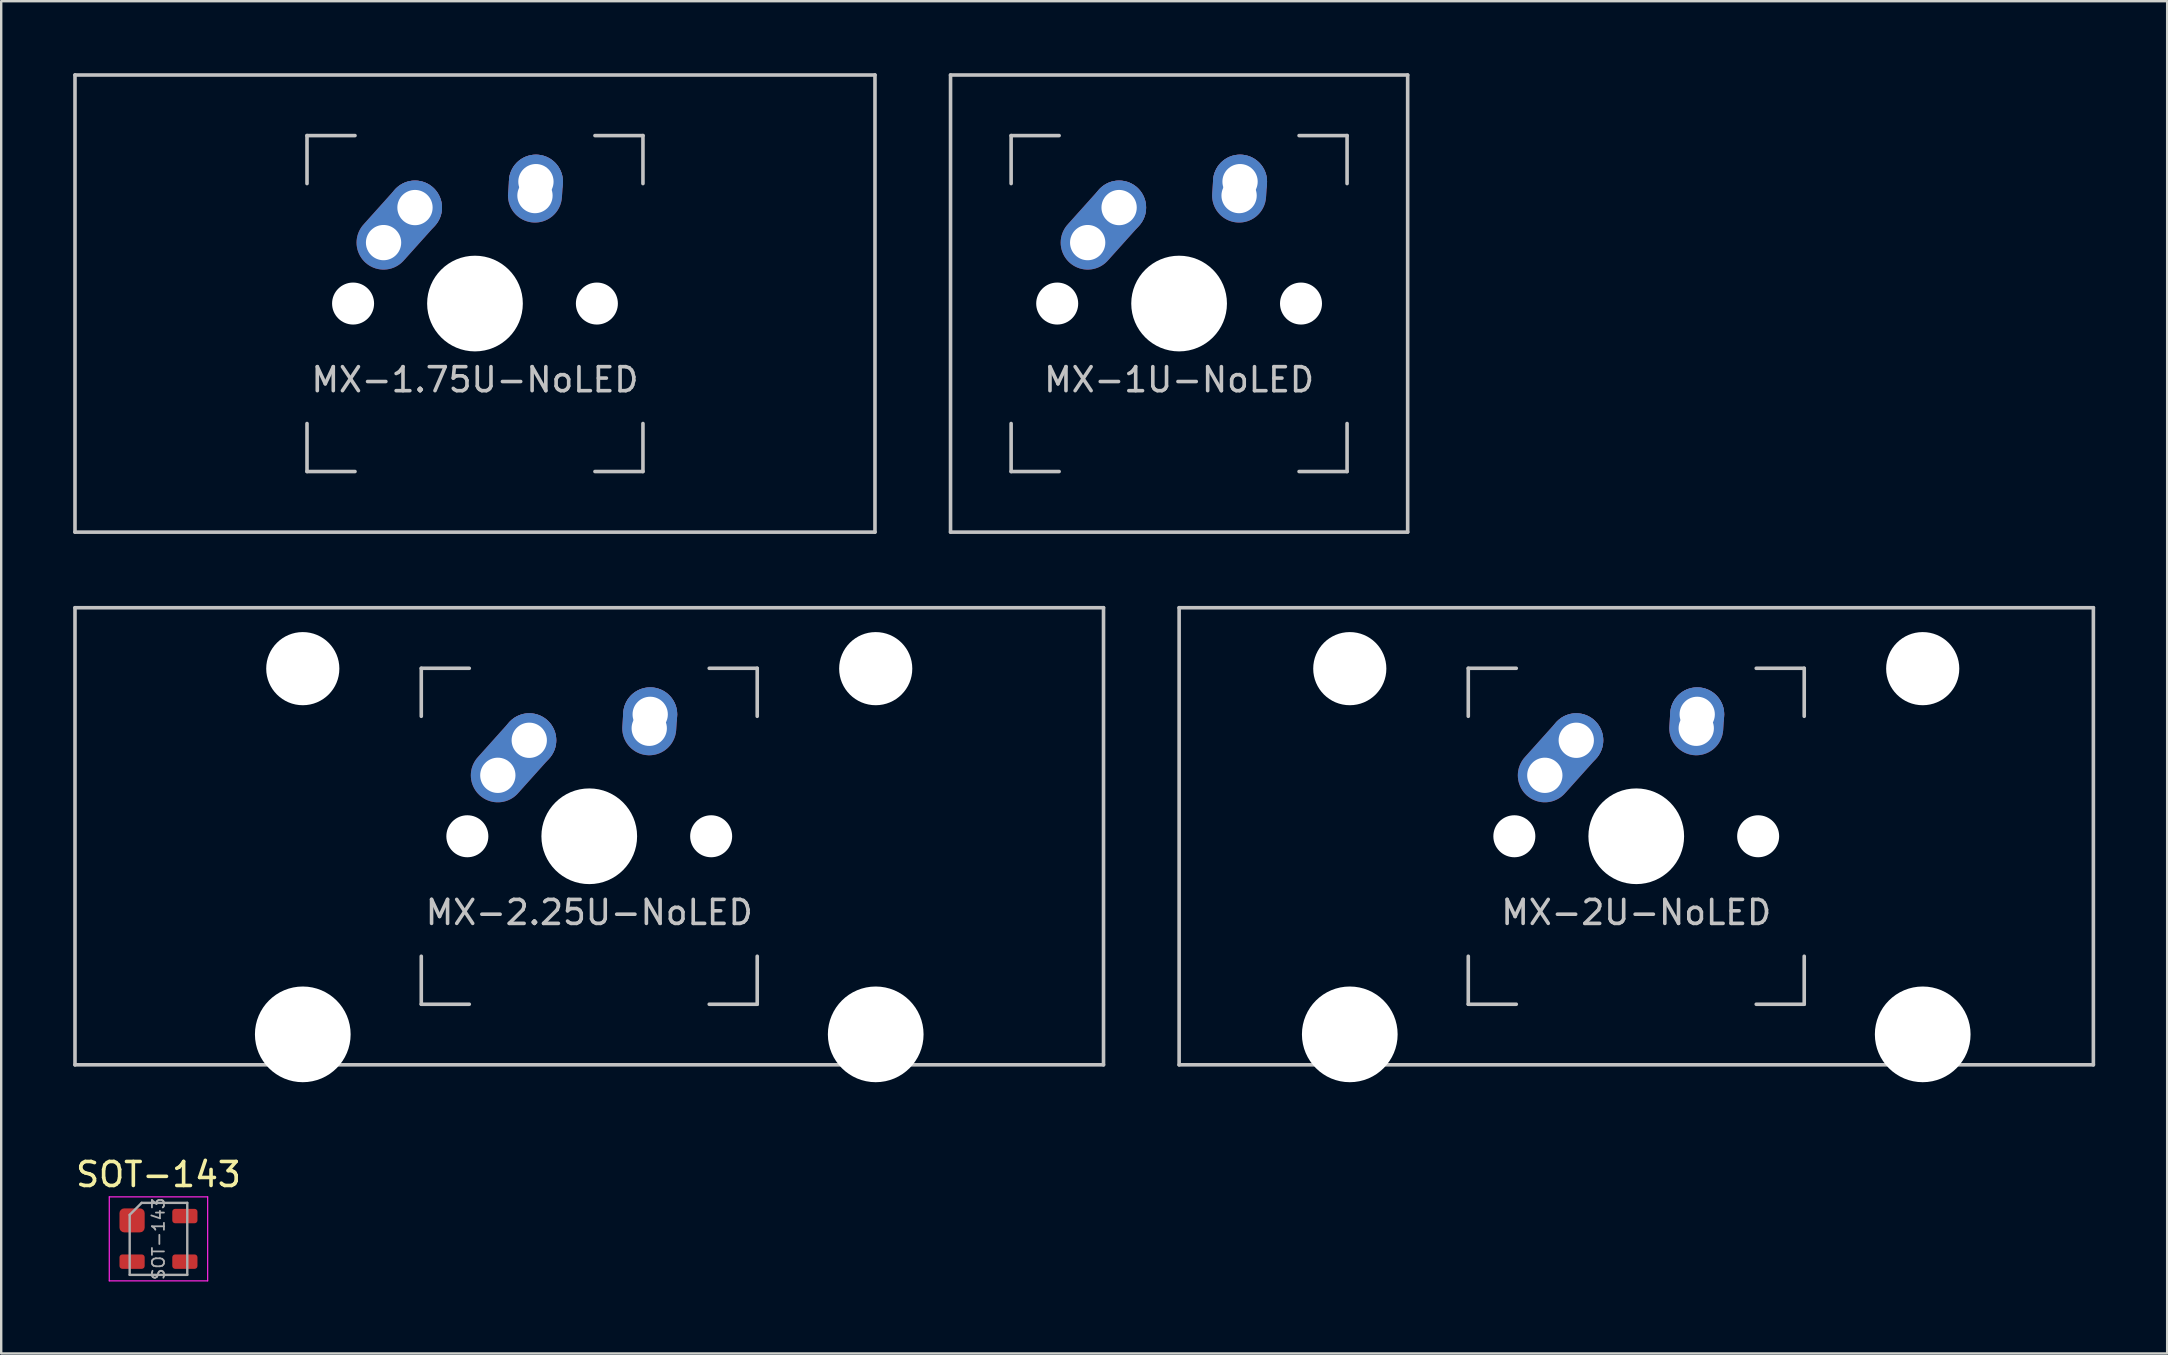
<source format=kicad_pcb>
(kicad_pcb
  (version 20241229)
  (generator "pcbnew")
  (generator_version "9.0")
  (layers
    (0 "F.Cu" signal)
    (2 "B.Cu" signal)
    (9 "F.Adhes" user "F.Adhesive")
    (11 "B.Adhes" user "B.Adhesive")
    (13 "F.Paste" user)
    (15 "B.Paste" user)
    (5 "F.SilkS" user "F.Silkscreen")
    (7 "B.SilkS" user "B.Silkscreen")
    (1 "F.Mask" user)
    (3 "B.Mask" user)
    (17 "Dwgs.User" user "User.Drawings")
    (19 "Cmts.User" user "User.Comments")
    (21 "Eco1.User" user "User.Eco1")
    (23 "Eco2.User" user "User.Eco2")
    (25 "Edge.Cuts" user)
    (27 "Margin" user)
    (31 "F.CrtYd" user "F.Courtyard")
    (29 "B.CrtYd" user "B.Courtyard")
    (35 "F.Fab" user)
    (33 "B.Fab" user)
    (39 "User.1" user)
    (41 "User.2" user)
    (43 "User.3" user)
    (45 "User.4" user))
  (footprint "MX-2.25U-NoLED"
    (layer "F.Cu")
    (at 21.506 31.8)
    (property "Reference" "MX-2.25U-NoLED" (at 0 3.175 0) (layer "Dwgs.User") (effects (font (size 1 1) (thickness 0.15))))
    (attr through_hole)
    (fp_line (start -21.431 -9.525) (end 21.431 -9.525) (stroke (width 0.15) (type solid)) (layer "Dwgs.User"))
    (fp_line (start -21.431 9.525) (end -21.431 -9.525) (stroke (width 0.15) (type solid)) (layer "Dwgs.User"))
    (fp_line (start -21.431 9.525) (end 21.431 9.525) (stroke (width 0.15) (type solid)) (layer "Dwgs.User"))
    (fp_line (start -7 -7) (end -7 -5) (stroke (width 0.15) (type solid)) (layer "Dwgs.User"))
    (fp_line (start -7 5) (end -7 7) (stroke (width 0.15) (type solid)) (layer "Dwgs.User"))
    (fp_line (start -7 7) (end -5 7) (stroke (width 0.15) (type solid)) (layer "Dwgs.User"))
    (fp_line (start -5 -7) (end -7 -7) (stroke (width 0.15) (type solid)) (layer "Dwgs.User"))
    (fp_line (start 5 -7) (end 7 -7) (stroke (width 0.15) (type solid)) (layer "Dwgs.User"))
    (fp_line (start 5 7) (end 7 7) (stroke (width 0.15) (type solid)) (layer "Dwgs.User"))
    (fp_line (start 7 -7) (end 7 -5) (stroke (width 0.15) (type solid)) (layer "Dwgs.User"))
    (fp_line (start 7 7) (end 7 5) (stroke (width 0.15) (type solid)) (layer "Dwgs.User"))
    (fp_line (start 21.431 -9.525) (end 21.431 9.525) (stroke (width 0.15) (type solid)) (layer "Dwgs.User"))
    (pad "" np_thru_hole circle (at -11.938 -6.985) (size 3.048 3.048) (drill 3.048) (layers "*.Cu" "*.Mask"))
    (pad "" np_thru_hole circle (at -11.938 8.255) (size 3.988 3.988) (drill 3.988) (layers "*.Cu" "*.Mask"))
    (pad "" np_thru_hole circle (at -5.08 0 48.1) (size 1.75 1.75) (drill 1.75) (layers "*.Cu" "*.Mask"))
    (pad "" np_thru_hole circle (at 0 0) (size 3.988 3.988) (drill 3.988) (layers "*.Cu" "*.Mask"))
    (pad "" np_thru_hole circle (at 5.08 0 48.1) (size 1.75 1.75) (drill 1.75) (layers "*.Cu" "*.Mask"))
    (pad "" np_thru_hole circle (at 11.938 -6.985) (size 3.048 3.048) (drill 3.048) (layers "*.Cu" "*.Mask"))
    (pad "" np_thru_hole circle (at 11.938 8.255) (size 3.988 3.988) (drill 3.988) (layers "*.Cu" "*.Mask"))
    (pad "1" thru_hole oval (at -3.81 -2.54 48.099) (size 4.212 2.25) (drill 1.47 (offset 0.981 0)) (layers "*.Cu" "*.Mask"))
    (pad "1" thru_hole circle (at -2.5 -4) (size 2.25 2.25) (drill 1.47) (layers "*.Cu" "*.Mask"))
    (pad "2" thru_hole oval (at 2.5 -4.5 86.054) (size 2.831 2.25) (drill 1.47 (offset 0.291 0)) (layers "*.Cu" "*.Mask"))
    (pad "2" thru_hole circle (at 2.54 -5.08) (size 2.25 2.25) (drill 1.47) (layers "*.Cu" "*.Mask")))
  (footprint "MX-1.75U-NoLED"
    (layer "F.Cu")
    (at 16.744 9.6)
    (property "Reference" "MX-1.75U-NoLED" (at 0 3.175 0) (layer "Dwgs.User") (effects (font (size 1 1) (thickness 0.15))))
    (attr through_hole)
    (fp_line (start -16.669 -9.525) (end 16.669 -9.525) (stroke (width 0.15) (type solid)) (layer "Dwgs.User"))
    (fp_line (start -16.669 9.525) (end -16.669 -9.525) (stroke (width 0.15) (type solid)) (layer "Dwgs.User"))
    (fp_line (start -7 -7) (end -7 -5) (stroke (width 0.15) (type solid)) (layer "Dwgs.User"))
    (fp_line (start -7 5) (end -7 7) (stroke (width 0.15) (type solid)) (layer "Dwgs.User"))
    (fp_line (start -7 7) (end -5 7) (stroke (width 0.15) (type solid)) (layer "Dwgs.User"))
    (fp_line (start -5 -7) (end -7 -7) (stroke (width 0.15) (type solid)) (layer "Dwgs.User"))
    (fp_line (start 5 -7) (end 7 -7) (stroke (width 0.15) (type solid)) (layer "Dwgs.User"))
    (fp_line (start 5 7) (end 7 7) (stroke (width 0.15) (type solid)) (layer "Dwgs.User"))
    (fp_line (start 7 -7) (end 7 -5) (stroke (width 0.15) (type solid)) (layer "Dwgs.User"))
    (fp_line (start 7 7) (end 7 5) (stroke (width 0.15) (type solid)) (layer "Dwgs.User"))
    (fp_line (start 16.669 -9.525) (end 16.669 9.525) (stroke (width 0.15) (type solid)) (layer "Dwgs.User"))
    (fp_line (start 16.669 9.525) (end -16.669 9.525) (stroke (width 0.15) (type solid)) (layer "Dwgs.User"))
    (pad "" np_thru_hole circle (at -5.08 0 48.1) (size 1.75 1.75) (drill 1.75) (layers "*.Cu" "*.Mask"))
    (pad "" np_thru_hole circle (at 0 0) (size 3.988 3.988) (drill 3.988) (layers "*.Cu" "*.Mask"))
    (pad "" np_thru_hole circle (at 5.08 0 48.1) (size 1.75 1.75) (drill 1.75) (layers "*.Cu" "*.Mask"))
    (pad "1" thru_hole oval (at -3.81 -2.54 48.099) (size 4.212 2.25) (drill 1.47 (offset 0.981 0)) (layers "*.Cu" "*.Mask"))
    (pad "1" thru_hole circle (at -2.5 -4) (size 2.25 2.25) (drill 1.47) (layers "*.Cu" "*.Mask"))
    (pad "2" thru_hole oval (at 2.5 -4.5 86.054) (size 2.831 2.25) (drill 1.47 (offset 0.291 0)) (layers "*.Cu" "*.Mask"))
    (pad "2" thru_hole circle (at 2.54 -5.08) (size 2.25 2.25) (drill 1.47) (layers "*.Cu" "*.Mask")))
  (footprint "SOT-143"
    (layer "F.Cu")
    (at 3.554 48.577)
    (property "Reference" "SOT-143" (at 0 -2.68 0) (layer "F.SilkS") (effects (font (size 1 1) (thickness 0.15))))
    (attr smd)
    (fp_line (start -2.05 1.75) (end -2.05 -1.75) (stroke (width 0.05) (type solid)) (layer "F.CrtYd"))
    (fp_line (start -2.05 1.75) (end 2.05 1.75) (stroke (width 0.05) (type solid)) (layer "F.CrtYd"))
    (fp_line (start 2.05 -1.75) (end -2.05 -1.75) (stroke (width 0.05) (type solid)) (layer "F.CrtYd"))
    (fp_line (start 2.05 -1.75) (end 2.05 1.75) (stroke (width 0.05) (type solid)) (layer "F.CrtYd"))
    (fp_line (start -1.2 -1) (end -0.7 -1.5) (stroke (width 0.1) (type solid)) (layer "F.Fab"))
    (fp_line (start -1.2 1.5) (end -1.2 -1) (stroke (width 0.1) (type solid)) (layer "F.Fab"))
    (fp_line (start -0.7 -1.5) (end 1.2 -1.5) (stroke (width 0.1) (type solid)) (layer "F.Fab"))
    (fp_line (start 1.2 -1.5) (end 1.2 1.5) (stroke (width 0.1) (type solid)) (layer "F.Fab"))
    (fp_line (start 1.2 1.5) (end -1.2 1.5) (stroke (width 0.1) (type solid)) (layer "F.Fab"))
    (fp_text user "${REFERENCE}" (at 0 0 270) (layer "F.Fab") (effects (font (size 0.5 0.5) (thickness 0.075))))
    (pad "1" smd roundrect (at -1.1 -0.77 270) (size 1 1.05) (layers "F.Cu" "F.Mask" "F.Paste") (roundrect_rratio 0.2))
    (pad "2" smd roundrect (at -1.1 0.95 270) (size 0.6 1.05) (layers "F.Cu" "F.Mask" "F.Paste") (roundrect_rratio 0.2))
    (pad "3" smd roundrect (at 1.1 0.95 270) (size 0.6 1.05) (layers "F.Cu" "F.Mask" "F.Paste") (roundrect_rratio 0.2))
    (pad "4" smd roundrect (at 1.1 -0.95 270) (size 0.6 1.05) (layers "F.Cu" "F.Mask" "F.Paste") (roundrect_rratio 0.2)))
  (footprint "MX-2U-NoLED"
    (layer "F.Cu")
    (at 65.138 31.8)
    (property "Reference" "MX-2U-NoLED" (at 0 3.175 0) (layer "Dwgs.User") (effects (font (size 1 1) (thickness 0.15))))
    (attr through_hole)
    (fp_line (start -19.05 -9.525) (end 19.05 -9.525) (stroke (width 0.15) (type solid)) (layer "Dwgs.User"))
    (fp_line (start -19.05 9.525) (end -19.05 -9.525) (stroke (width 0.15) (type solid)) (layer "Dwgs.User"))
    (fp_line (start -19.05 9.525) (end 19.05 9.525) (stroke (width 0.15) (type solid)) (layer "Dwgs.User"))
    (fp_line (start -7 -7) (end -7 -5) (stroke (width 0.15) (type solid)) (layer "Dwgs.User"))
    (fp_line (start -7 5) (end -7 7) (stroke (width 0.15) (type solid)) (layer "Dwgs.User"))
    (fp_line (start -7 7) (end -5 7) (stroke (width 0.15) (type solid)) (layer "Dwgs.User"))
    (fp_line (start -5 -7) (end -7 -7) (stroke (width 0.15) (type solid)) (layer "Dwgs.User"))
    (fp_line (start 5 -7) (end 7 -7) (stroke (width 0.15) (type solid)) (layer "Dwgs.User"))
    (fp_line (start 5 7) (end 7 7) (stroke (width 0.15) (type solid)) (layer "Dwgs.User"))
    (fp_line (start 7 -7) (end 7 -5) (stroke (width 0.15) (type solid)) (layer "Dwgs.User"))
    (fp_line (start 7 7) (end 7 5) (stroke (width 0.15) (type solid)) (layer "Dwgs.User"))
    (fp_line (start 19.05 -9.525) (end 19.05 9.525) (stroke (width 0.15) (type solid)) (layer "Dwgs.User"))
    (pad "" np_thru_hole circle (at -11.938 -6.985) (size 3.048 3.048) (drill 3.048) (layers "*.Cu" "*.Mask"))
    (pad "" np_thru_hole circle (at -11.938 8.255) (size 3.988 3.988) (drill 3.988) (layers "*.Cu" "*.Mask"))
    (pad "" np_thru_hole circle (at -5.08 0 48.1) (size 1.75 1.75) (drill 1.75) (layers "*.Cu" "*.Mask"))
    (pad "" np_thru_hole circle (at 0 0) (size 3.988 3.988) (drill 3.988) (layers "*.Cu" "*.Mask"))
    (pad "" np_thru_hole circle (at 5.08 0 48.1) (size 1.75 1.75) (drill 1.75) (layers "*.Cu" "*.Mask"))
    (pad "" np_thru_hole circle (at 11.938 -6.985) (size 3.048 3.048) (drill 3.048) (layers "*.Cu" "*.Mask"))
    (pad "" np_thru_hole circle (at 11.938 8.255) (size 3.988 3.988) (drill 3.988) (layers "*.Cu" "*.Mask"))
    (pad "1" thru_hole oval (at -3.81 -2.54 48.099) (size 4.212 2.25) (drill 1.47 (offset 0.981 0)) (layers "*.Cu" "*.Mask"))
    (pad "1" thru_hole circle (at -2.5 -4) (size 2.25 2.25) (drill 1.47) (layers "*.Cu" "*.Mask"))
    (pad "2" thru_hole oval (at 2.5 -4.5 86.054) (size 2.831 2.25) (drill 1.47 (offset 0.291 0)) (layers "*.Cu" "*.Mask"))
    (pad "2" thru_hole circle (at 2.54 -5.08) (size 2.25 2.25) (drill 1.47) (layers "*.Cu" "*.Mask")))
  (footprint "MX-1U-NoLED"
    (layer "F.Cu")
    (at 46.087 9.6)
    (property "Reference" "MX-1U-NoLED" (at 0 3.175 0) (layer "Dwgs.User") (effects (font (size 1 1) (thickness 0.15))))
    (attr through_hole)
    (fp_line (start -9.525 -9.525) (end 9.525 -9.525) (stroke (width 0.15) (type solid)) (layer "Dwgs.User"))
    (fp_line (start -9.525 9.525) (end -9.525 -9.525) (stroke (width 0.15) (type solid)) (layer "Dwgs.User"))
    (fp_line (start -7 -7) (end -7 -5) (stroke (width 0.15) (type solid)) (layer "Dwgs.User"))
    (fp_line (start -7 5) (end -7 7) (stroke (width 0.15) (type solid)) (layer "Dwgs.User"))
    (fp_line (start -7 7) (end -5 7) (stroke (width 0.15) (type solid)) (layer "Dwgs.User"))
    (fp_line (start -5 -7) (end -7 -7) (stroke (width 0.15) (type solid)) (layer "Dwgs.User"))
    (fp_line (start 5 -7) (end 7 -7) (stroke (width 0.15) (type solid)) (layer "Dwgs.User"))
    (fp_line (start 5 7) (end 7 7) (stroke (width 0.15) (type solid)) (layer "Dwgs.User"))
    (fp_line (start 7 -7) (end 7 -5) (stroke (width 0.15) (type solid)) (layer "Dwgs.User"))
    (fp_line (start 7 7) (end 7 5) (stroke (width 0.15) (type solid)) (layer "Dwgs.User"))
    (fp_line (start 9.525 -9.525) (end 9.525 9.525) (stroke (width 0.15) (type solid)) (layer "Dwgs.User"))
    (fp_line (start 9.525 9.525) (end -9.525 9.525) (stroke (width 0.15) (type solid)) (layer "Dwgs.User"))
    (pad "" np_thru_hole circle (at -5.08 0 48.1) (size 1.75 1.75) (drill 1.75) (layers "*.Cu" "*.Mask"))
    (pad "" np_thru_hole circle (at 0 0) (size 3.988 3.988) (drill 3.988) (layers "*.Cu" "*.Mask"))
    (pad "" np_thru_hole circle (at 5.08 0 48.1) (size 1.75 1.75) (drill 1.75) (layers "*.Cu" "*.Mask"))
    (pad "1" thru_hole oval (at -3.81 -2.54 48.099) (size 4.212 2.25) (drill 1.47 (offset 0.981 0)) (layers "*.Cu" "*.Mask"))
    (pad "1" thru_hole circle (at -2.5 -4) (size 2.25 2.25) (drill 1.47) (layers "*.Cu" "*.Mask"))
    (pad "2" thru_hole oval (at 2.5 -4.5 86.054) (size 2.831 2.25) (drill 1.47 (offset 0.291 0)) (layers "*.Cu" "*.Mask"))
    (pad "2" thru_hole circle (at 2.54 -5.08) (size 2.25 2.25) (drill 1.47) (layers "*.Cu" "*.Mask")))
  (gr_rect
    (start -3 -3)
    (end 87.263 53.354)
    (stroke (width 0.1) (type default))
    (fill no)
    (layer "Edge.Cuts")))
</source>
